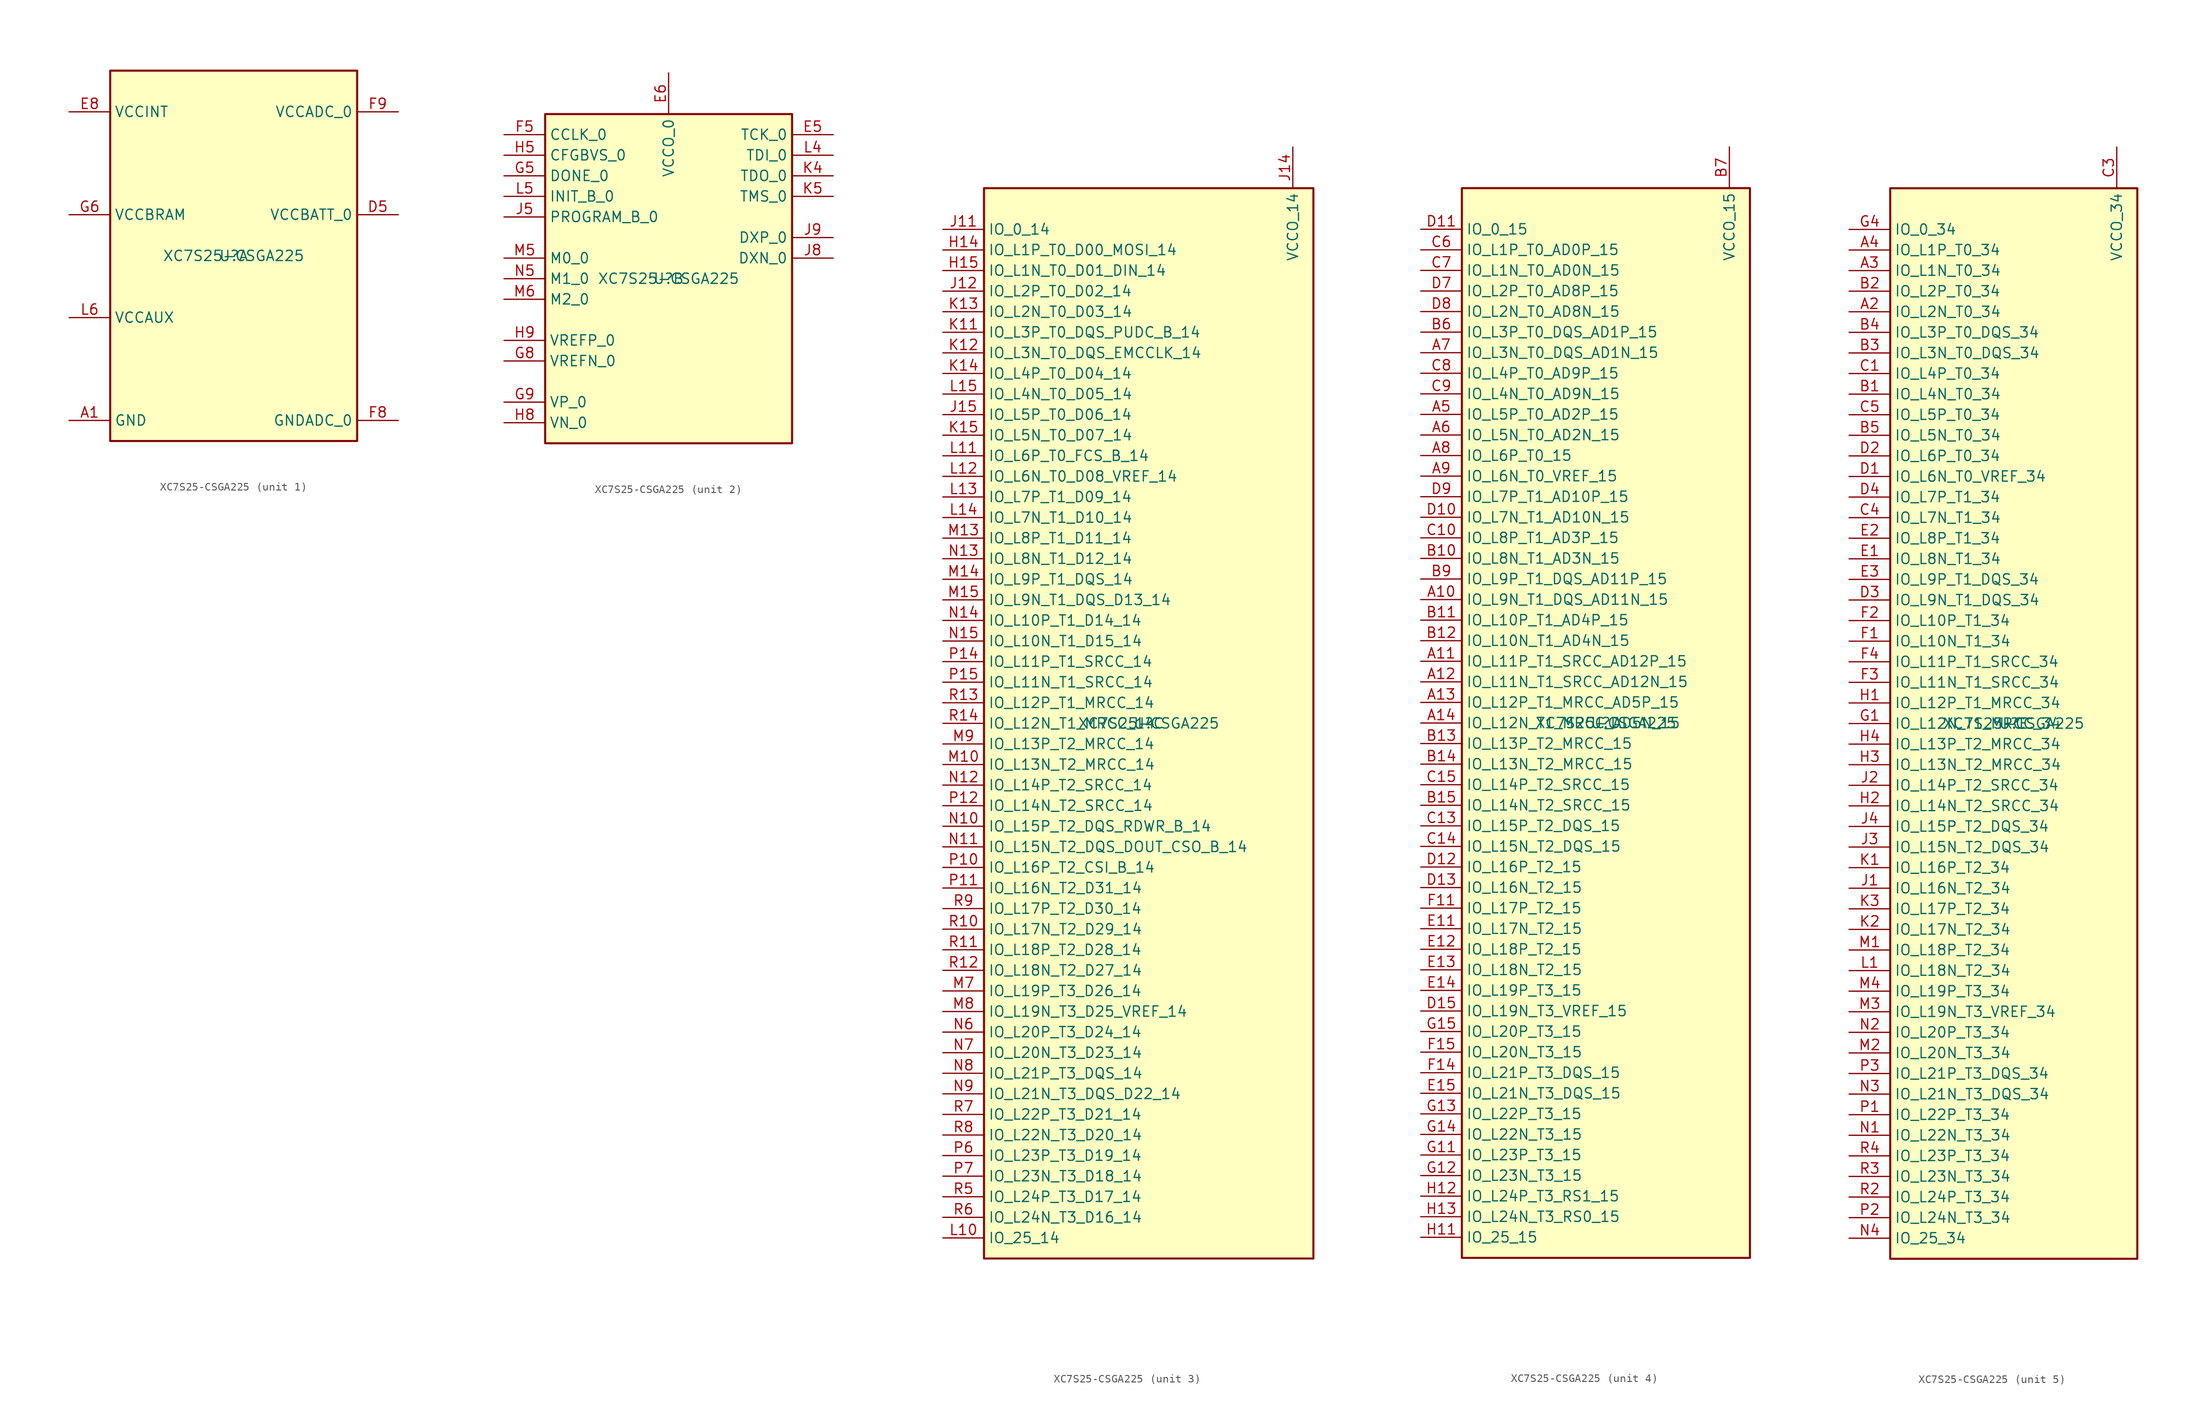
<source format=kicad_sym>
(kicad_symbol_lib
  (version 20211218)
  (generator kicad-library-utils)
  (symbol "XC7S25-CSGA225"
    (property "Reference" "U"
      (at 0.0 0.0 0.0)
      (effects (font (size 1.27 1.27))))
    (property "Value" "XC7S25-CSGA225"
      (at 0.0 0.0 0.0)
      (effects (font (size 1.27 1.27))))
    (property "ki_fp_filters" "Xilinx*CSGA225*"
      (at 0.0 0.0 0.0)
      (effects (font (size 1.27 1.27))))
    (symbol "XC7S25-CSGA225_1_0"
      (rectangle (start -15.24 -22.86) (end 15.24 22.86) (stroke (width 0.254)) (fill (type background)))
      (pin power_in line (at -20.32 17.78 0) (length 5.08) (name "VCCINT" (effects (font (size 1.27 1.27)))) (number "E8" (effects (font (size 1.27 1.27)))))
      (pin passive line (at -20.32 17.78 0) (length 5.08) hide (name "VCCINT" (effects (font (size 1.27 1.27)))) (number "E10" (effects (font (size 1.27 1.27)))))
      (pin passive line (at -20.32 17.78 0) (length 5.08) hide (name "VCCINT" (effects (font (size 1.27 1.27)))) (number "F7" (effects (font (size 1.27 1.27)))))
      (pin passive line (at -20.32 17.78 0) (length 5.08) hide (name "VCCINT" (effects (font (size 1.27 1.27)))) (number "G10" (effects (font (size 1.27 1.27)))))
      (pin passive line (at -20.32 17.78 0) (length 5.08) hide (name "VCCINT" (effects (font (size 1.27 1.27)))) (number "H7" (effects (font (size 1.27 1.27)))))
      (pin passive line (at -20.32 17.78 0) (length 5.08) hide (name "VCCINT" (effects (font (size 1.27 1.27)))) (number "J10" (effects (font (size 1.27 1.27)))))
      (pin passive line (at -20.32 17.78 0) (length 5.08) hide (name "VCCINT" (effects (font (size 1.27 1.27)))) (number "K7" (effects (font (size 1.27 1.27)))))
      (pin passive line (at -20.32 17.78 0) (length 5.08) hide (name "VCCINT" (effects (font (size 1.27 1.27)))) (number "K9" (effects (font (size 1.27 1.27)))))
      (pin power_in line (at -20.32 5.08 0) (length 5.08) (name "VCCBRAM" (effects (font (size 1.27 1.27)))) (number "G6" (effects (font (size 1.27 1.27)))))
      (pin passive line (at -20.32 5.08 0) (length 5.08) hide (name "VCCBRAM" (effects (font (size 1.27 1.27)))) (number "J6" (effects (font (size 1.27 1.27)))))
      (pin power_in line (at -20.32 -7.62 0) (length 5.08) (name "VCCAUX" (effects (font (size 1.27 1.27)))) (number "L6" (effects (font (size 1.27 1.27)))))
      (pin passive line (at -20.32 -7.62 0) (length 5.08) hide (name "VCCAUX" (effects (font (size 1.27 1.27)))) (number "L8" (effects (font (size 1.27 1.27)))))
      (pin power_in line (at -20.32 -20.32 0) (length 5.08) (name "GND" (effects (font (size 1.27 1.27)))) (number "A1" (effects (font (size 1.27 1.27)))))
      (pin passive line (at -20.32 -20.32 0) (length 5.08) hide (name "GND" (effects (font (size 1.27 1.27)))) (number "A15" (effects (font (size 1.27 1.27)))))
      (pin passive line (at -20.32 -20.32 0) (length 5.08) hide (name "GND" (effects (font (size 1.27 1.27)))) (number "B8" (effects (font (size 1.27 1.27)))))
      (pin passive line (at -20.32 -20.32 0) (length 5.08) hide (name "GND" (effects (font (size 1.27 1.27)))) (number "C2" (effects (font (size 1.27 1.27)))))
      (pin passive line (at -20.32 -20.32 0) (length 5.08) hide (name "GND" (effects (font (size 1.27 1.27)))) (number "C12" (effects (font (size 1.27 1.27)))))
      (pin passive line (at -20.32 -20.32 0) (length 5.08) hide (name "GND" (effects (font (size 1.27 1.27)))) (number "D6" (effects (font (size 1.27 1.27)))))
      (pin passive line (at -20.32 -20.32 0) (length 5.08) hide (name "GND" (effects (font (size 1.27 1.27)))) (number "D14" (effects (font (size 1.27 1.27)))))
      (pin passive line (at -20.32 -20.32 0) (length 5.08) hide (name "GND" (effects (font (size 1.27 1.27)))) (number "E4" (effects (font (size 1.27 1.27)))))
      (pin passive line (at -20.32 -20.32 0) (length 5.08) hide (name "GND" (effects (font (size 1.27 1.27)))) (number "E7" (effects (font (size 1.27 1.27)))))
      (pin passive line (at -20.32 -20.32 0) (length 5.08) hide (name "GND" (effects (font (size 1.27 1.27)))) (number "E9" (effects (font (size 1.27 1.27)))))
      (pin passive line (at -20.32 -20.32 0) (length 5.08) hide (name "GND" (effects (font (size 1.27 1.27)))) (number "F6" (effects (font (size 1.27 1.27)))))
      (pin passive line (at -20.32 -20.32 0) (length 5.08) hide (name "GND" (effects (font (size 1.27 1.27)))) (number "F10" (effects (font (size 1.27 1.27)))))
      (pin passive line (at -20.32 -20.32 0) (length 5.08) hide (name "GND" (effects (font (size 1.27 1.27)))) (number "F13" (effects (font (size 1.27 1.27)))))
      (pin passive line (at -20.32 -20.32 0) (length 5.08) hide (name "GND" (effects (font (size 1.27 1.27)))) (number "G3" (effects (font (size 1.27 1.27)))))
      (pin passive line (at -20.32 -20.32 0) (length 5.08) hide (name "GND" (effects (font (size 1.27 1.27)))) (number "G7" (effects (font (size 1.27 1.27)))))
      (pin passive line (at -20.32 -20.32 0) (length 5.08) hide (name "GND" (effects (font (size 1.27 1.27)))) (number "H6" (effects (font (size 1.27 1.27)))))
      (pin passive line (at -20.32 -20.32 0) (length 5.08) hide (name "GND" (effects (font (size 1.27 1.27)))) (number "H10" (effects (font (size 1.27 1.27)))))
      (pin passive line (at -20.32 -20.32 0) (length 5.08) hide (name "GND" (effects (font (size 1.27 1.27)))) (number "J7" (effects (font (size 1.27 1.27)))))
      (pin passive line (at -20.32 -20.32 0) (length 5.08) hide (name "GND" (effects (font (size 1.27 1.27)))) (number "J13" (effects (font (size 1.27 1.27)))))
      (pin passive line (at -20.32 -20.32 0) (length 5.08) hide (name "GND" (effects (font (size 1.27 1.27)))) (number "K6" (effects (font (size 1.27 1.27)))))
      (pin passive line (at -20.32 -20.32 0) (length 5.08) hide (name "GND" (effects (font (size 1.27 1.27)))) (number "K8" (effects (font (size 1.27 1.27)))))
      (pin passive line (at -20.32 -20.32 0) (length 5.08) hide (name "GND" (effects (font (size 1.27 1.27)))) (number "K10" (effects (font (size 1.27 1.27)))))
      (pin passive line (at -20.32 -20.32 0) (length 5.08) hide (name "GND" (effects (font (size 1.27 1.27)))) (number "L2" (effects (font (size 1.27 1.27)))))
      (pin passive line (at -20.32 -20.32 0) (length 5.08) hide (name "GND" (effects (font (size 1.27 1.27)))) (number "L7" (effects (font (size 1.27 1.27)))))
      (pin passive line (at -20.32 -20.32 0) (length 5.08) hide (name "GND" (effects (font (size 1.27 1.27)))) (number "L9" (effects (font (size 1.27 1.27)))))
      (pin passive line (at -20.32 -20.32 0) (length 5.08) hide (name "GND" (effects (font (size 1.27 1.27)))) (number "M11" (effects (font (size 1.27 1.27)))))
      (pin passive line (at -20.32 -20.32 0) (length 5.08) hide (name "GND" (effects (font (size 1.27 1.27)))) (number "P4" (effects (font (size 1.27 1.27)))))
      (pin passive line (at -20.32 -20.32 0) (length 5.08) hide (name "GND" (effects (font (size 1.27 1.27)))) (number "P8" (effects (font (size 1.27 1.27)))))
      (pin passive line (at -20.32 -20.32 0) (length 5.08) hide (name "GND" (effects (font (size 1.27 1.27)))) (number "P13" (effects (font (size 1.27 1.27)))))
      (pin passive line (at -20.32 -20.32 0) (length 5.08) hide (name "GND" (effects (font (size 1.27 1.27)))) (number "R1" (effects (font (size 1.27 1.27)))))
      (pin passive line (at -20.32 -20.32 0) (length 5.08) hide (name "GND" (effects (font (size 1.27 1.27)))) (number "R15" (effects (font (size 1.27 1.27)))))
      (pin power_in line (at 20.32 17.78 180) (length 5.08) (name "VCCADC_0" (effects (font (size 1.27 1.27)))) (number "F9" (effects (font (size 1.27 1.27)))))
      (pin power_in line (at 20.32 5.08 180) (length 5.08) (name "VCCBATT_0" (effects (font (size 1.27 1.27)))) (number "D5" (effects (font (size 1.27 1.27)))))
      (pin power_in line (at 20.32 -20.32 180) (length 5.08) (name "GNDADC_0" (effects (font (size 1.27 1.27)))) (number "F8" (effects (font (size 1.27 1.27))))))
    (symbol "XC7S25-CSGA225_2_0"
      (rectangle (start -15.24 -20.32) (end 15.24 20.32) (stroke (width 0.254)) (fill (type background)))
      (pin bidirectional line (at -20.32 17.78 0) (length 5.08) (name "CCLK_0" (effects (font (size 1.27 1.27)))) (number "F5" (effects (font (size 1.27 1.27)))))
      (pin input line (at -20.32 15.24 0) (length 5.08) (name "CFGBVS_0" (effects (font (size 1.27 1.27)))) (number "H5" (effects (font (size 1.27 1.27)))))
      (pin bidirectional line (at -20.32 12.70 0) (length 5.08) (name "DONE_0" (effects (font (size 1.27 1.27)))) (number "G5" (effects (font (size 1.27 1.27)))))
      (pin open_collector line (at -20.32 10.16 0) (length 5.08) (name "INIT_B_0" (effects (font (size 1.27 1.27)))) (number "L5" (effects (font (size 1.27 1.27)))))
      (pin input line (at -20.32 7.62 0) (length 5.08) (name "PROGRAM_B_0" (effects (font (size 1.27 1.27)))) (number "J5" (effects (font (size 1.27 1.27)))))
      (pin input line (at -20.32 2.54 0) (length 5.08) (name "M0_0" (effects (font (size 1.27 1.27)))) (number "M5" (effects (font (size 1.27 1.27)))))
      (pin input line (at -20.32 0.00 0) (length 5.08) (name "M1_0" (effects (font (size 1.27 1.27)))) (number "N5" (effects (font (size 1.27 1.27)))))
      (pin input line (at -20.32 -2.54 0) (length 5.08) (name "M2_0" (effects (font (size 1.27 1.27)))) (number "M6" (effects (font (size 1.27 1.27)))))
      (pin passive line (at -20.32 -7.62 0) (length 5.08) (name "VREFP_0" (effects (font (size 1.27 1.27)))) (number "H9" (effects (font (size 1.27 1.27)))))
      (pin passive line (at -20.32 -10.16 0) (length 5.08) (name "VREFN_0" (effects (font (size 1.27 1.27)))) (number "G8" (effects (font (size 1.27 1.27)))))
      (pin input line (at -20.32 -15.24 0) (length 5.08) (name "VP_0" (effects (font (size 1.27 1.27)))) (number "G9" (effects (font (size 1.27 1.27)))))
      (pin input line (at -20.32 -17.78 0) (length 5.08) (name "VN_0" (effects (font (size 1.27 1.27)))) (number "H8" (effects (font (size 1.27 1.27)))))
      (pin input line (at 20.32 17.78 180) (length 5.08) (name "TCK_0" (effects (font (size 1.27 1.27)))) (number "E5" (effects (font (size 1.27 1.27)))))
      (pin input line (at 20.32 15.24 180) (length 5.08) (name "TDI_0" (effects (font (size 1.27 1.27)))) (number "L4" (effects (font (size 1.27 1.27)))))
      (pin output line (at 20.32 12.70 180) (length 5.08) (name "TDO_0" (effects (font (size 1.27 1.27)))) (number "K4" (effects (font (size 1.27 1.27)))))
      (pin input line (at 20.32 10.16 180) (length 5.08) (name "TMS_0" (effects (font (size 1.27 1.27)))) (number "K5" (effects (font (size 1.27 1.27)))))
      (pin passive line (at 20.32 5.08 180) (length 5.08) (name "DXP_0" (effects (font (size 1.27 1.27)))) (number "J9" (effects (font (size 1.27 1.27)))))
      (pin passive line (at 20.32 2.54 180) (length 5.08) (name "DXN_0" (effects (font (size 1.27 1.27)))) (number "J8" (effects (font (size 1.27 1.27)))))
      (pin power_in line (at 0.00 25.40 270) (length 5.08) (name "VCCO_0" (effects (font (size 1.27 1.27)))) (number "E6" (effects (font (size 1.27 1.27)))))
      (pin passive line (at 0.00 25.40 270) (length 5.08) hide (name "VCCO_0" (effects (font (size 1.27 1.27)))) (number "P5" (effects (font (size 1.27 1.27))))))
    (symbol "XC7S25-CSGA225_3_0"
      (rectangle (start -20.32 -66.04) (end 20.32 66.04) (stroke (width 0.254)) (fill (type background)))
      (pin bidirectional line (at -25.40 60.96 0) (length 5.08) (name "IO_0_14" (effects (font (size 1.27 1.27)))) (number "J11" (effects (font (size 1.27 1.27)))))
      (pin bidirectional line (at -25.40 58.42 0) (length 5.08) (name "IO_L1P_T0_D00_MOSI_14" (effects (font (size 1.27 1.27)))) (number "H14" (effects (font (size 1.27 1.27)))))
      (pin bidirectional line (at -25.40 55.88 0) (length 5.08) (name "IO_L1N_T0_D01_DIN_14" (effects (font (size 1.27 1.27)))) (number "H15" (effects (font (size 1.27 1.27)))))
      (pin bidirectional line (at -25.40 53.34 0) (length 5.08) (name "IO_L2P_T0_D02_14" (effects (font (size 1.27 1.27)))) (number "J12" (effects (font (size 1.27 1.27)))))
      (pin bidirectional line (at -25.40 50.80 0) (length 5.08) (name "IO_L2N_T0_D03_14" (effects (font (size 1.27 1.27)))) (number "K13" (effects (font (size 1.27 1.27)))))
      (pin bidirectional line (at -25.40 48.26 0) (length 5.08) (name "IO_L3P_T0_DQS_PUDC_B_14" (effects (font (size 1.27 1.27)))) (number "K11" (effects (font (size 1.27 1.27)))))
      (pin bidirectional line (at -25.40 45.72 0) (length 5.08) (name "IO_L3N_T0_DQS_EMCCLK_14" (effects (font (size 1.27 1.27)))) (number "K12" (effects (font (size 1.27 1.27)))))
      (pin bidirectional line (at -25.40 43.18 0) (length 5.08) (name "IO_L4P_T0_D04_14" (effects (font (size 1.27 1.27)))) (number "K14" (effects (font (size 1.27 1.27)))))
      (pin bidirectional line (at -25.40 40.64 0) (length 5.08) (name "IO_L4N_T0_D05_14" (effects (font (size 1.27 1.27)))) (number "L15" (effects (font (size 1.27 1.27)))))
      (pin bidirectional line (at -25.40 38.10 0) (length 5.08) (name "IO_L5P_T0_D06_14" (effects (font (size 1.27 1.27)))) (number "J15" (effects (font (size 1.27 1.27)))))
      (pin bidirectional line (at -25.40 35.56 0) (length 5.08) (name "IO_L5N_T0_D07_14" (effects (font (size 1.27 1.27)))) (number "K15" (effects (font (size 1.27 1.27)))))
      (pin bidirectional line (at -25.40 33.02 0) (length 5.08) (name "IO_L6P_T0_FCS_B_14" (effects (font (size 1.27 1.27)))) (number "L11" (effects (font (size 1.27 1.27)))))
      (pin bidirectional line (at -25.40 30.48 0) (length 5.08) (name "IO_L6N_T0_D08_VREF_14" (effects (font (size 1.27 1.27)))) (number "L12" (effects (font (size 1.27 1.27)))))
      (pin bidirectional line (at -25.40 27.94 0) (length 5.08) (name "IO_L7P_T1_D09_14" (effects (font (size 1.27 1.27)))) (number "L13" (effects (font (size 1.27 1.27)))))
      (pin bidirectional line (at -25.40 25.40 0) (length 5.08) (name "IO_L7N_T1_D10_14" (effects (font (size 1.27 1.27)))) (number "L14" (effects (font (size 1.27 1.27)))))
      (pin bidirectional line (at -25.40 22.86 0) (length 5.08) (name "IO_L8P_T1_D11_14" (effects (font (size 1.27 1.27)))) (number "M13" (effects (font (size 1.27 1.27)))))
      (pin bidirectional line (at -25.40 20.32 0) (length 5.08) (name "IO_L8N_T1_D12_14" (effects (font (size 1.27 1.27)))) (number "N13" (effects (font (size 1.27 1.27)))))
      (pin bidirectional line (at -25.40 17.78 0) (length 5.08) (name "IO_L9P_T1_DQS_14" (effects (font (size 1.27 1.27)))) (number "M14" (effects (font (size 1.27 1.27)))))
      (pin bidirectional line (at -25.40 15.24 0) (length 5.08) (name "IO_L9N_T1_DQS_D13_14" (effects (font (size 1.27 1.27)))) (number "M15" (effects (font (size 1.27 1.27)))))
      (pin bidirectional line (at -25.40 12.70 0) (length 5.08) (name "IO_L10P_T1_D14_14" (effects (font (size 1.27 1.27)))) (number "N14" (effects (font (size 1.27 1.27)))))
      (pin bidirectional line (at -25.40 10.16 0) (length 5.08) (name "IO_L10N_T1_D15_14" (effects (font (size 1.27 1.27)))) (number "N15" (effects (font (size 1.27 1.27)))))
      (pin bidirectional line (at -25.40 7.62 0) (length 5.08) (name "IO_L11P_T1_SRCC_14" (effects (font (size 1.27 1.27)))) (number "P14" (effects (font (size 1.27 1.27)))))
      (pin bidirectional line (at -25.40 5.08 0) (length 5.08) (name "IO_L11N_T1_SRCC_14" (effects (font (size 1.27 1.27)))) (number "P15" (effects (font (size 1.27 1.27)))))
      (pin bidirectional line (at -25.40 2.54 0) (length 5.08) (name "IO_L12P_T1_MRCC_14" (effects (font (size 1.27 1.27)))) (number "R13" (effects (font (size 1.27 1.27)))))
      (pin bidirectional line (at -25.40 0.00 0) (length 5.08) (name "IO_L12N_T1_MRCC_14" (effects (font (size 1.27 1.27)))) (number "R14" (effects (font (size 1.27 1.27)))))
      (pin bidirectional line (at -25.40 -2.54 0) (length 5.08) (name "IO_L13P_T2_MRCC_14" (effects (font (size 1.27 1.27)))) (number "M9" (effects (font (size 1.27 1.27)))))
      (pin bidirectional line (at -25.40 -5.08 0) (length 5.08) (name "IO_L13N_T2_MRCC_14" (effects (font (size 1.27 1.27)))) (number "M10" (effects (font (size 1.27 1.27)))))
      (pin bidirectional line (at -25.40 -7.62 0) (length 5.08) (name "IO_L14P_T2_SRCC_14" (effects (font (size 1.27 1.27)))) (number "N12" (effects (font (size 1.27 1.27)))))
      (pin bidirectional line (at -25.40 -10.16 0) (length 5.08) (name "IO_L14N_T2_SRCC_14" (effects (font (size 1.27 1.27)))) (number "P12" (effects (font (size 1.27 1.27)))))
      (pin bidirectional line (at -25.40 -12.70 0) (length 5.08) (name "IO_L15P_T2_DQS_RDWR_B_14" (effects (font (size 1.27 1.27)))) (number "N10" (effects (font (size 1.27 1.27)))))
      (pin bidirectional line (at -25.40 -15.24 0) (length 5.08) (name "IO_L15N_T2_DQS_DOUT_CSO_B_14" (effects (font (size 1.27 1.27)))) (number "N11" (effects (font (size 1.27 1.27)))))
      (pin bidirectional line (at -25.40 -17.78 0) (length 5.08) (name "IO_L16P_T2_CSI_B_14" (effects (font (size 1.27 1.27)))) (number "P10" (effects (font (size 1.27 1.27)))))
      (pin bidirectional line (at -25.40 -20.32 0) (length 5.08) (name "IO_L16N_T2_D31_14" (effects (font (size 1.27 1.27)))) (number "P11" (effects (font (size 1.27 1.27)))))
      (pin bidirectional line (at -25.40 -22.86 0) (length 5.08) (name "IO_L17P_T2_D30_14" (effects (font (size 1.27 1.27)))) (number "R9" (effects (font (size 1.27 1.27)))))
      (pin bidirectional line (at -25.40 -25.40 0) (length 5.08) (name "IO_L17N_T2_D29_14" (effects (font (size 1.27 1.27)))) (number "R10" (effects (font (size 1.27 1.27)))))
      (pin bidirectional line (at -25.40 -27.94 0) (length 5.08) (name "IO_L18P_T2_D28_14" (effects (font (size 1.27 1.27)))) (number "R11" (effects (font (size 1.27 1.27)))))
      (pin bidirectional line (at -25.40 -30.48 0) (length 5.08) (name "IO_L18N_T2_D27_14" (effects (font (size 1.27 1.27)))) (number "R12" (effects (font (size 1.27 1.27)))))
      (pin bidirectional line (at -25.40 -33.02 0) (length 5.08) (name "IO_L19P_T3_D26_14" (effects (font (size 1.27 1.27)))) (number "M7" (effects (font (size 1.27 1.27)))))
      (pin bidirectional line (at -25.40 -35.56 0) (length 5.08) (name "IO_L19N_T3_D25_VREF_14" (effects (font (size 1.27 1.27)))) (number "M8" (effects (font (size 1.27 1.27)))))
      (pin bidirectional line (at -25.40 -38.10 0) (length 5.08) (name "IO_L20P_T3_D24_14" (effects (font (size 1.27 1.27)))) (number "N6" (effects (font (size 1.27 1.27)))))
      (pin bidirectional line (at -25.40 -40.64 0) (length 5.08) (name "IO_L20N_T3_D23_14" (effects (font (size 1.27 1.27)))) (number "N7" (effects (font (size 1.27 1.27)))))
      (pin bidirectional line (at -25.40 -43.18 0) (length 5.08) (name "IO_L21P_T3_DQS_14" (effects (font (size 1.27 1.27)))) (number "N8" (effects (font (size 1.27 1.27)))))
      (pin bidirectional line (at -25.40 -45.72 0) (length 5.08) (name "IO_L21N_T3_DQS_D22_14" (effects (font (size 1.27 1.27)))) (number "N9" (effects (font (size 1.27 1.27)))))
      (pin bidirectional line (at -25.40 -48.26 0) (length 5.08) (name "IO_L22P_T3_D21_14" (effects (font (size 1.27 1.27)))) (number "R7" (effects (font (size 1.27 1.27)))))
      (pin bidirectional line (at -25.40 -50.80 0) (length 5.08) (name "IO_L22N_T3_D20_14" (effects (font (size 1.27 1.27)))) (number "R8" (effects (font (size 1.27 1.27)))))
      (pin bidirectional line (at -25.40 -53.34 0) (length 5.08) (name "IO_L23P_T3_D19_14" (effects (font (size 1.27 1.27)))) (number "P6" (effects (font (size 1.27 1.27)))))
      (pin bidirectional line (at -25.40 -55.88 0) (length 5.08) (name "IO_L23N_T3_D18_14" (effects (font (size 1.27 1.27)))) (number "P7" (effects (font (size 1.27 1.27)))))
      (pin bidirectional line (at -25.40 -58.42 0) (length 5.08) (name "IO_L24P_T3_D17_14" (effects (font (size 1.27 1.27)))) (number "R5" (effects (font (size 1.27 1.27)))))
      (pin bidirectional line (at -25.40 -60.96 0) (length 5.08) (name "IO_L24N_T3_D16_14" (effects (font (size 1.27 1.27)))) (number "R6" (effects (font (size 1.27 1.27)))))
      (pin bidirectional line (at -25.40 -63.50 0) (length 5.08) (name "IO_25_14" (effects (font (size 1.27 1.27)))) (number "L10" (effects (font (size 1.27 1.27)))))
      (pin power_in line (at 17.78 71.12 270) (length 5.08) (name "VCCO_14" (effects (font (size 1.27 1.27)))) (number "J14" (effects (font (size 1.27 1.27)))))
      (pin passive line (at 17.78 71.12 270) (length 5.08) hide (name "VCCO_14" (effects (font (size 1.27 1.27)))) (number "M12" (effects (font (size 1.27 1.27)))))
      (pin passive line (at 17.78 71.12 270) (length 5.08) hide (name "VCCO_14" (effects (font (size 1.27 1.27)))) (number "P9" (effects (font (size 1.27 1.27))))))
    (symbol "XC7S25-CSGA225_4_0"
      (rectangle (start -17.78 -66.04) (end 17.78 66.04) (stroke (width 0.254)) (fill (type background)))
      (pin bidirectional line (at -22.86 60.96 0) (length 5.08) (name "IO_0_15" (effects (font (size 1.27 1.27)))) (number "D11" (effects (font (size 1.27 1.27)))))
      (pin bidirectional line (at -22.86 58.42 0) (length 5.08) (name "IO_L1P_T0_AD0P_15" (effects (font (size 1.27 1.27)))) (number "C6" (effects (font (size 1.27 1.27)))))
      (pin bidirectional line (at -22.86 55.88 0) (length 5.08) (name "IO_L1N_T0_AD0N_15" (effects (font (size 1.27 1.27)))) (number "C7" (effects (font (size 1.27 1.27)))))
      (pin bidirectional line (at -22.86 53.34 0) (length 5.08) (name "IO_L2P_T0_AD8P_15" (effects (font (size 1.27 1.27)))) (number "D7" (effects (font (size 1.27 1.27)))))
      (pin bidirectional line (at -22.86 50.80 0) (length 5.08) (name "IO_L2N_T0_AD8N_15" (effects (font (size 1.27 1.27)))) (number "D8" (effects (font (size 1.27 1.27)))))
      (pin bidirectional line (at -22.86 48.26 0) (length 5.08) (name "IO_L3P_T0_DQS_AD1P_15" (effects (font (size 1.27 1.27)))) (number "B6" (effects (font (size 1.27 1.27)))))
      (pin bidirectional line (at -22.86 45.72 0) (length 5.08) (name "IO_L3N_T0_DQS_AD1N_15" (effects (font (size 1.27 1.27)))) (number "A7" (effects (font (size 1.27 1.27)))))
      (pin bidirectional line (at -22.86 43.18 0) (length 5.08) (name "IO_L4P_T0_AD9P_15" (effects (font (size 1.27 1.27)))) (number "C8" (effects (font (size 1.27 1.27)))))
      (pin bidirectional line (at -22.86 40.64 0) (length 5.08) (name "IO_L4N_T0_AD9N_15" (effects (font (size 1.27 1.27)))) (number "C9" (effects (font (size 1.27 1.27)))))
      (pin bidirectional line (at -22.86 38.10 0) (length 5.08) (name "IO_L5P_T0_AD2P_15" (effects (font (size 1.27 1.27)))) (number "A5" (effects (font (size 1.27 1.27)))))
      (pin bidirectional line (at -22.86 35.56 0) (length 5.08) (name "IO_L5N_T0_AD2N_15" (effects (font (size 1.27 1.27)))) (number "A6" (effects (font (size 1.27 1.27)))))
      (pin bidirectional line (at -22.86 33.02 0) (length 5.08) (name "IO_L6P_T0_15" (effects (font (size 1.27 1.27)))) (number "A8" (effects (font (size 1.27 1.27)))))
      (pin bidirectional line (at -22.86 30.48 0) (length 5.08) (name "IO_L6N_T0_VREF_15" (effects (font (size 1.27 1.27)))) (number "A9" (effects (font (size 1.27 1.27)))))
      (pin bidirectional line (at -22.86 27.94 0) (length 5.08) (name "IO_L7P_T1_AD10P_15" (effects (font (size 1.27 1.27)))) (number "D9" (effects (font (size 1.27 1.27)))))
      (pin bidirectional line (at -22.86 25.40 0) (length 5.08) (name "IO_L7N_T1_AD10N_15" (effects (font (size 1.27 1.27)))) (number "D10" (effects (font (size 1.27 1.27)))))
      (pin bidirectional line (at -22.86 22.86 0) (length 5.08) (name "IO_L8P_T1_AD3P_15" (effects (font (size 1.27 1.27)))) (number "C10" (effects (font (size 1.27 1.27)))))
      (pin bidirectional line (at -22.86 20.32 0) (length 5.08) (name "IO_L8N_T1_AD3N_15" (effects (font (size 1.27 1.27)))) (number "B10" (effects (font (size 1.27 1.27)))))
      (pin bidirectional line (at -22.86 17.78 0) (length 5.08) (name "IO_L9P_T1_DQS_AD11P_15" (effects (font (size 1.27 1.27)))) (number "B9" (effects (font (size 1.27 1.27)))))
      (pin bidirectional line (at -22.86 15.24 0) (length 5.08) (name "IO_L9N_T1_DQS_AD11N_15" (effects (font (size 1.27 1.27)))) (number "A10" (effects (font (size 1.27 1.27)))))
      (pin bidirectional line (at -22.86 12.70 0) (length 5.08) (name "IO_L10P_T1_AD4P_15" (effects (font (size 1.27 1.27)))) (number "B11" (effects (font (size 1.27 1.27)))))
      (pin bidirectional line (at -22.86 10.16 0) (length 5.08) (name "IO_L10N_T1_AD4N_15" (effects (font (size 1.27 1.27)))) (number "B12" (effects (font (size 1.27 1.27)))))
      (pin bidirectional line (at -22.86 7.62 0) (length 5.08) (name "IO_L11P_T1_SRCC_AD12P_15" (effects (font (size 1.27 1.27)))) (number "A11" (effects (font (size 1.27 1.27)))))
      (pin bidirectional line (at -22.86 5.08 0) (length 5.08) (name "IO_L11N_T1_SRCC_AD12N_15" (effects (font (size 1.27 1.27)))) (number "A12" (effects (font (size 1.27 1.27)))))
      (pin bidirectional line (at -22.86 2.54 0) (length 5.08) (name "IO_L12P_T1_MRCC_AD5P_15" (effects (font (size 1.27 1.27)))) (number "A13" (effects (font (size 1.27 1.27)))))
      (pin bidirectional line (at -22.86 0.00 0) (length 5.08) (name "IO_L12N_T1_MRCC_AD5N_15" (effects (font (size 1.27 1.27)))) (number "A14" (effects (font (size 1.27 1.27)))))
      (pin bidirectional line (at -22.86 -2.54 0) (length 5.08) (name "IO_L13P_T2_MRCC_15" (effects (font (size 1.27 1.27)))) (number "B13" (effects (font (size 1.27 1.27)))))
      (pin bidirectional line (at -22.86 -5.08 0) (length 5.08) (name "IO_L13N_T2_MRCC_15" (effects (font (size 1.27 1.27)))) (number "B14" (effects (font (size 1.27 1.27)))))
      (pin bidirectional line (at -22.86 -7.62 0) (length 5.08) (name "IO_L14P_T2_SRCC_15" (effects (font (size 1.27 1.27)))) (number "C15" (effects (font (size 1.27 1.27)))))
      (pin bidirectional line (at -22.86 -10.16 0) (length 5.08) (name "IO_L14N_T2_SRCC_15" (effects (font (size 1.27 1.27)))) (number "B15" (effects (font (size 1.27 1.27)))))
      (pin bidirectional line (at -22.86 -12.70 0) (length 5.08) (name "IO_L15P_T2_DQS_15" (effects (font (size 1.27 1.27)))) (number "C13" (effects (font (size 1.27 1.27)))))
      (pin bidirectional line (at -22.86 -15.24 0) (length 5.08) (name "IO_L15N_T2_DQS_15" (effects (font (size 1.27 1.27)))) (number "C14" (effects (font (size 1.27 1.27)))))
      (pin bidirectional line (at -22.86 -17.78 0) (length 5.08) (name "IO_L16P_T2_15" (effects (font (size 1.27 1.27)))) (number "D12" (effects (font (size 1.27 1.27)))))
      (pin bidirectional line (at -22.86 -20.32 0) (length 5.08) (name "IO_L16N_T2_15" (effects (font (size 1.27 1.27)))) (number "D13" (effects (font (size 1.27 1.27)))))
      (pin bidirectional line (at -22.86 -22.86 0) (length 5.08) (name "IO_L17P_T2_15" (effects (font (size 1.27 1.27)))) (number "F11" (effects (font (size 1.27 1.27)))))
      (pin bidirectional line (at -22.86 -25.40 0) (length 5.08) (name "IO_L17N_T2_15" (effects (font (size 1.27 1.27)))) (number "E11" (effects (font (size 1.27 1.27)))))
      (pin bidirectional line (at -22.86 -27.94 0) (length 5.08) (name "IO_L18P_T2_15" (effects (font (size 1.27 1.27)))) (number "E12" (effects (font (size 1.27 1.27)))))
      (pin bidirectional line (at -22.86 -30.48 0) (length 5.08) (name "IO_L18N_T2_15" (effects (font (size 1.27 1.27)))) (number "E13" (effects (font (size 1.27 1.27)))))
      (pin bidirectional line (at -22.86 -33.02 0) (length 5.08) (name "IO_L19P_T3_15" (effects (font (size 1.27 1.27)))) (number "E14" (effects (font (size 1.27 1.27)))))
      (pin bidirectional line (at -22.86 -35.56 0) (length 5.08) (name "IO_L19N_T3_VREF_15" (effects (font (size 1.27 1.27)))) (number "D15" (effects (font (size 1.27 1.27)))))
      (pin bidirectional line (at -22.86 -38.10 0) (length 5.08) (name "IO_L20P_T3_15" (effects (font (size 1.27 1.27)))) (number "G15" (effects (font (size 1.27 1.27)))))
      (pin bidirectional line (at -22.86 -40.64 0) (length 5.08) (name "IO_L20N_T3_15" (effects (font (size 1.27 1.27)))) (number "F15" (effects (font (size 1.27 1.27)))))
      (pin bidirectional line (at -22.86 -43.18 0) (length 5.08) (name "IO_L21P_T3_DQS_15" (effects (font (size 1.27 1.27)))) (number "F14" (effects (font (size 1.27 1.27)))))
      (pin bidirectional line (at -22.86 -45.72 0) (length 5.08) (name "IO_L21N_T3_DQS_15" (effects (font (size 1.27 1.27)))) (number "E15" (effects (font (size 1.27 1.27)))))
      (pin bidirectional line (at -22.86 -48.26 0) (length 5.08) (name "IO_L22P_T3_15" (effects (font (size 1.27 1.27)))) (number "G13" (effects (font (size 1.27 1.27)))))
      (pin bidirectional line (at -22.86 -50.80 0) (length 5.08) (name "IO_L22N_T3_15" (effects (font (size 1.27 1.27)))) (number "G14" (effects (font (size 1.27 1.27)))))
      (pin bidirectional line (at -22.86 -53.34 0) (length 5.08) (name "IO_L23P_T3_15" (effects (font (size 1.27 1.27)))) (number "G11" (effects (font (size 1.27 1.27)))))
      (pin bidirectional line (at -22.86 -55.88 0) (length 5.08) (name "IO_L23N_T3_15" (effects (font (size 1.27 1.27)))) (number "G12" (effects (font (size 1.27 1.27)))))
      (pin bidirectional line (at -22.86 -58.42 0) (length 5.08) (name "IO_L24P_T3_RS1_15" (effects (font (size 1.27 1.27)))) (number "H12" (effects (font (size 1.27 1.27)))))
      (pin bidirectional line (at -22.86 -60.96 0) (length 5.08) (name "IO_L24N_T3_RS0_15" (effects (font (size 1.27 1.27)))) (number "H13" (effects (font (size 1.27 1.27)))))
      (pin bidirectional line (at -22.86 -63.50 0) (length 5.08) (name "IO_25_15" (effects (font (size 1.27 1.27)))) (number "H11" (effects (font (size 1.27 1.27)))))
      (pin power_in line (at 15.24 71.12 270) (length 5.08) (name "VCCO_15" (effects (font (size 1.27 1.27)))) (number "B7" (effects (font (size 1.27 1.27)))))
      (pin passive line (at 15.24 71.12 270) (length 5.08) hide (name "VCCO_15" (effects (font (size 1.27 1.27)))) (number "C11" (effects (font (size 1.27 1.27)))))
      (pin passive line (at 15.24 71.12 270) (length 5.08) hide (name "VCCO_15" (effects (font (size 1.27 1.27)))) (number "F12" (effects (font (size 1.27 1.27))))))
    (symbol "XC7S25-CSGA225_5_0"
      (rectangle (start -15.24 -66.04) (end 15.24 66.04) (stroke (width 0.254)) (fill (type background)))
      (pin bidirectional line (at -20.32 60.96 0) (length 5.08) (name "IO_0_34" (effects (font (size 1.27 1.27)))) (number "G4" (effects (font (size 1.27 1.27)))))
      (pin bidirectional line (at -20.32 58.42 0) (length 5.08) (name "IO_L1P_T0_34" (effects (font (size 1.27 1.27)))) (number "A4" (effects (font (size 1.27 1.27)))))
      (pin bidirectional line (at -20.32 55.88 0) (length 5.08) (name "IO_L1N_T0_34" (effects (font (size 1.27 1.27)))) (number "A3" (effects (font (size 1.27 1.27)))))
      (pin bidirectional line (at -20.32 53.34 0) (length 5.08) (name "IO_L2P_T0_34" (effects (font (size 1.27 1.27)))) (number "B2" (effects (font (size 1.27 1.27)))))
      (pin bidirectional line (at -20.32 50.80 0) (length 5.08) (name "IO_L2N_T0_34" (effects (font (size 1.27 1.27)))) (number "A2" (effects (font (size 1.27 1.27)))))
      (pin bidirectional line (at -20.32 48.26 0) (length 5.08) (name "IO_L3P_T0_DQS_34" (effects (font (size 1.27 1.27)))) (number "B4" (effects (font (size 1.27 1.27)))))
      (pin bidirectional line (at -20.32 45.72 0) (length 5.08) (name "IO_L3N_T0_DQS_34" (effects (font (size 1.27 1.27)))) (number "B3" (effects (font (size 1.27 1.27)))))
      (pin bidirectional line (at -20.32 43.18 0) (length 5.08) (name "IO_L4P_T0_34" (effects (font (size 1.27 1.27)))) (number "C1" (effects (font (size 1.27 1.27)))))
      (pin bidirectional line (at -20.32 40.64 0) (length 5.08) (name "IO_L4N_T0_34" (effects (font (size 1.27 1.27)))) (number "B1" (effects (font (size 1.27 1.27)))))
      (pin bidirectional line (at -20.32 38.10 0) (length 5.08) (name "IO_L5P_T0_34" (effects (font (size 1.27 1.27)))) (number "C5" (effects (font (size 1.27 1.27)))))
      (pin bidirectional line (at -20.32 35.56 0) (length 5.08) (name "IO_L5N_T0_34" (effects (font (size 1.27 1.27)))) (number "B5" (effects (font (size 1.27 1.27)))))
      (pin bidirectional line (at -20.32 33.02 0) (length 5.08) (name "IO_L6P_T0_34" (effects (font (size 1.27 1.27)))) (number "D2" (effects (font (size 1.27 1.27)))))
      (pin bidirectional line (at -20.32 30.48 0) (length 5.08) (name "IO_L6N_T0_VREF_34" (effects (font (size 1.27 1.27)))) (number "D1" (effects (font (size 1.27 1.27)))))
      (pin bidirectional line (at -20.32 27.94 0) (length 5.08) (name "IO_L7P_T1_34" (effects (font (size 1.27 1.27)))) (number "D4" (effects (font (size 1.27 1.27)))))
      (pin bidirectional line (at -20.32 25.40 0) (length 5.08) (name "IO_L7N_T1_34" (effects (font (size 1.27 1.27)))) (number "C4" (effects (font (size 1.27 1.27)))))
      (pin bidirectional line (at -20.32 22.86 0) (length 5.08) (name "IO_L8P_T1_34" (effects (font (size 1.27 1.27)))) (number "E2" (effects (font (size 1.27 1.27)))))
      (pin bidirectional line (at -20.32 20.32 0) (length 5.08) (name "IO_L8N_T1_34" (effects (font (size 1.27 1.27)))) (number "E1" (effects (font (size 1.27 1.27)))))
      (pin bidirectional line (at -20.32 17.78 0) (length 5.08) (name "IO_L9P_T1_DQS_34" (effects (font (size 1.27 1.27)))) (number "E3" (effects (font (size 1.27 1.27)))))
      (pin bidirectional line (at -20.32 15.24 0) (length 5.08) (name "IO_L9N_T1_DQS_34" (effects (font (size 1.27 1.27)))) (number "D3" (effects (font (size 1.27 1.27)))))
      (pin bidirectional line (at -20.32 12.70 0) (length 5.08) (name "IO_L10P_T1_34" (effects (font (size 1.27 1.27)))) (number "F2" (effects (font (size 1.27 1.27)))))
      (pin bidirectional line (at -20.32 10.16 0) (length 5.08) (name "IO_L10N_T1_34" (effects (font (size 1.27 1.27)))) (number "F1" (effects (font (size 1.27 1.27)))))
      (pin bidirectional line (at -20.32 7.62 0) (length 5.08) (name "IO_L11P_T1_SRCC_34" (effects (font (size 1.27 1.27)))) (number "F4" (effects (font (size 1.27 1.27)))))
      (pin bidirectional line (at -20.32 5.08 0) (length 5.08) (name "IO_L11N_T1_SRCC_34" (effects (font (size 1.27 1.27)))) (number "F3" (effects (font (size 1.27 1.27)))))
      (pin bidirectional line (at -20.32 2.54 0) (length 5.08) (name "IO_L12P_T1_MRCC_34" (effects (font (size 1.27 1.27)))) (number "H1" (effects (font (size 1.27 1.27)))))
      (pin bidirectional line (at -20.32 0.00 0) (length 5.08) (name "IO_L12N_T1_MRCC_34" (effects (font (size 1.27 1.27)))) (number "G1" (effects (font (size 1.27 1.27)))))
      (pin bidirectional line (at -20.32 -2.54 0) (length 5.08) (name "IO_L13P_T2_MRCC_34" (effects (font (size 1.27 1.27)))) (number "H4" (effects (font (size 1.27 1.27)))))
      (pin bidirectional line (at -20.32 -5.08 0) (length 5.08) (name "IO_L13N_T2_MRCC_34" (effects (font (size 1.27 1.27)))) (number "H3" (effects (font (size 1.27 1.27)))))
      (pin bidirectional line (at -20.32 -7.62 0) (length 5.08) (name "IO_L14P_T2_SRCC_34" (effects (font (size 1.27 1.27)))) (number "J2" (effects (font (size 1.27 1.27)))))
      (pin bidirectional line (at -20.32 -10.16 0) (length 5.08) (name "IO_L14N_T2_SRCC_34" (effects (font (size 1.27 1.27)))) (number "H2" (effects (font (size 1.27 1.27)))))
      (pin bidirectional line (at -20.32 -12.70 0) (length 5.08) (name "IO_L15P_T2_DQS_34" (effects (font (size 1.27 1.27)))) (number "J4" (effects (font (size 1.27 1.27)))))
      (pin bidirectional line (at -20.32 -15.24 0) (length 5.08) (name "IO_L15N_T2_DQS_34" (effects (font (size 1.27 1.27)))) (number "J3" (effects (font (size 1.27 1.27)))))
      (pin bidirectional line (at -20.32 -17.78 0) (length 5.08) (name "IO_L16P_T2_34" (effects (font (size 1.27 1.27)))) (number "K1" (effects (font (size 1.27 1.27)))))
      (pin bidirectional line (at -20.32 -20.32 0) (length 5.08) (name "IO_L16N_T2_34" (effects (font (size 1.27 1.27)))) (number "J1" (effects (font (size 1.27 1.27)))))
      (pin bidirectional line (at -20.32 -22.86 0) (length 5.08) (name "IO_L17P_T2_34" (effects (font (size 1.27 1.27)))) (number "K3" (effects (font (size 1.27 1.27)))))
      (pin bidirectional line (at -20.32 -25.40 0) (length 5.08) (name "IO_L17N_T2_34" (effects (font (size 1.27 1.27)))) (number "K2" (effects (font (size 1.27 1.27)))))
      (pin bidirectional line (at -20.32 -27.94 0) (length 5.08) (name "IO_L18P_T2_34" (effects (font (size 1.27 1.27)))) (number "M1" (effects (font (size 1.27 1.27)))))
      (pin bidirectional line (at -20.32 -30.48 0) (length 5.08) (name "IO_L18N_T2_34" (effects (font (size 1.27 1.27)))) (number "L1" (effects (font (size 1.27 1.27)))))
      (pin bidirectional line (at -20.32 -33.02 0) (length 5.08) (name "IO_L19P_T3_34" (effects (font (size 1.27 1.27)))) (number "M4" (effects (font (size 1.27 1.27)))))
      (pin bidirectional line (at -20.32 -35.56 0) (length 5.08) (name "IO_L19N_T3_VREF_34" (effects (font (size 1.27 1.27)))) (number "M3" (effects (font (size 1.27 1.27)))))
      (pin bidirectional line (at -20.32 -38.10 0) (length 5.08) (name "IO_L20P_T3_34" (effects (font (size 1.27 1.27)))) (number "N2" (effects (font (size 1.27 1.27)))))
      (pin bidirectional line (at -20.32 -40.64 0) (length 5.08) (name "IO_L20N_T3_34" (effects (font (size 1.27 1.27)))) (number "M2" (effects (font (size 1.27 1.27)))))
      (pin bidirectional line (at -20.32 -43.18 0) (length 5.08) (name "IO_L21P_T3_DQS_34" (effects (font (size 1.27 1.27)))) (number "P3" (effects (font (size 1.27 1.27)))))
      (pin bidirectional line (at -20.32 -45.72 0) (length 5.08) (name "IO_L21N_T3_DQS_34" (effects (font (size 1.27 1.27)))) (number "N3" (effects (font (size 1.27 1.27)))))
      (pin bidirectional line (at -20.32 -48.26 0) (length 5.08) (name "IO_L22P_T3_34" (effects (font (size 1.27 1.27)))) (number "P1" (effects (font (size 1.27 1.27)))))
      (pin bidirectional line (at -20.32 -50.80 0) (length 5.08) (name "IO_L22N_T3_34" (effects (font (size 1.27 1.27)))) (number "N1" (effects (font (size 1.27 1.27)))))
      (pin bidirectional line (at -20.32 -53.34 0) (length 5.08) (name "IO_L23P_T3_34" (effects (font (size 1.27 1.27)))) (number "R4" (effects (font (size 1.27 1.27)))))
      (pin bidirectional line (at -20.32 -55.88 0) (length 5.08) (name "IO_L23N_T3_34" (effects (font (size 1.27 1.27)))) (number "R3" (effects (font (size 1.27 1.27)))))
      (pin bidirectional line (at -20.32 -58.42 0) (length 5.08) (name "IO_L24P_T3_34" (effects (font (size 1.27 1.27)))) (number "R2" (effects (font (size 1.27 1.27)))))
      (pin bidirectional line (at -20.32 -60.96 0) (length 5.08) (name "IO_L24N_T3_34" (effects (font (size 1.27 1.27)))) (number "P2" (effects (font (size 1.27 1.27)))))
      (pin bidirectional line (at -20.32 -63.50 0) (length 5.08) (name "IO_25_34" (effects (font (size 1.27 1.27)))) (number "N4" (effects (font (size 1.27 1.27)))))
      (pin power_in line (at 12.70 71.12 270) (length 5.08) (name "VCCO_34" (effects (font (size 1.27 1.27)))) (number "C3" (effects (font (size 1.27 1.27)))))
      (pin passive line (at 12.70 71.12 270) (length 5.08) hide (name "VCCO_34" (effects (font (size 1.27 1.27)))) (number "G2" (effects (font (size 1.27 1.27)))))
      (pin passive line (at 12.70 71.12 270) (length 5.08) hide (name "VCCO_34" (effects (font (size 1.27 1.27)))) (number "L3" (effects (font (size 1.27 1.27))))))))
</source>
